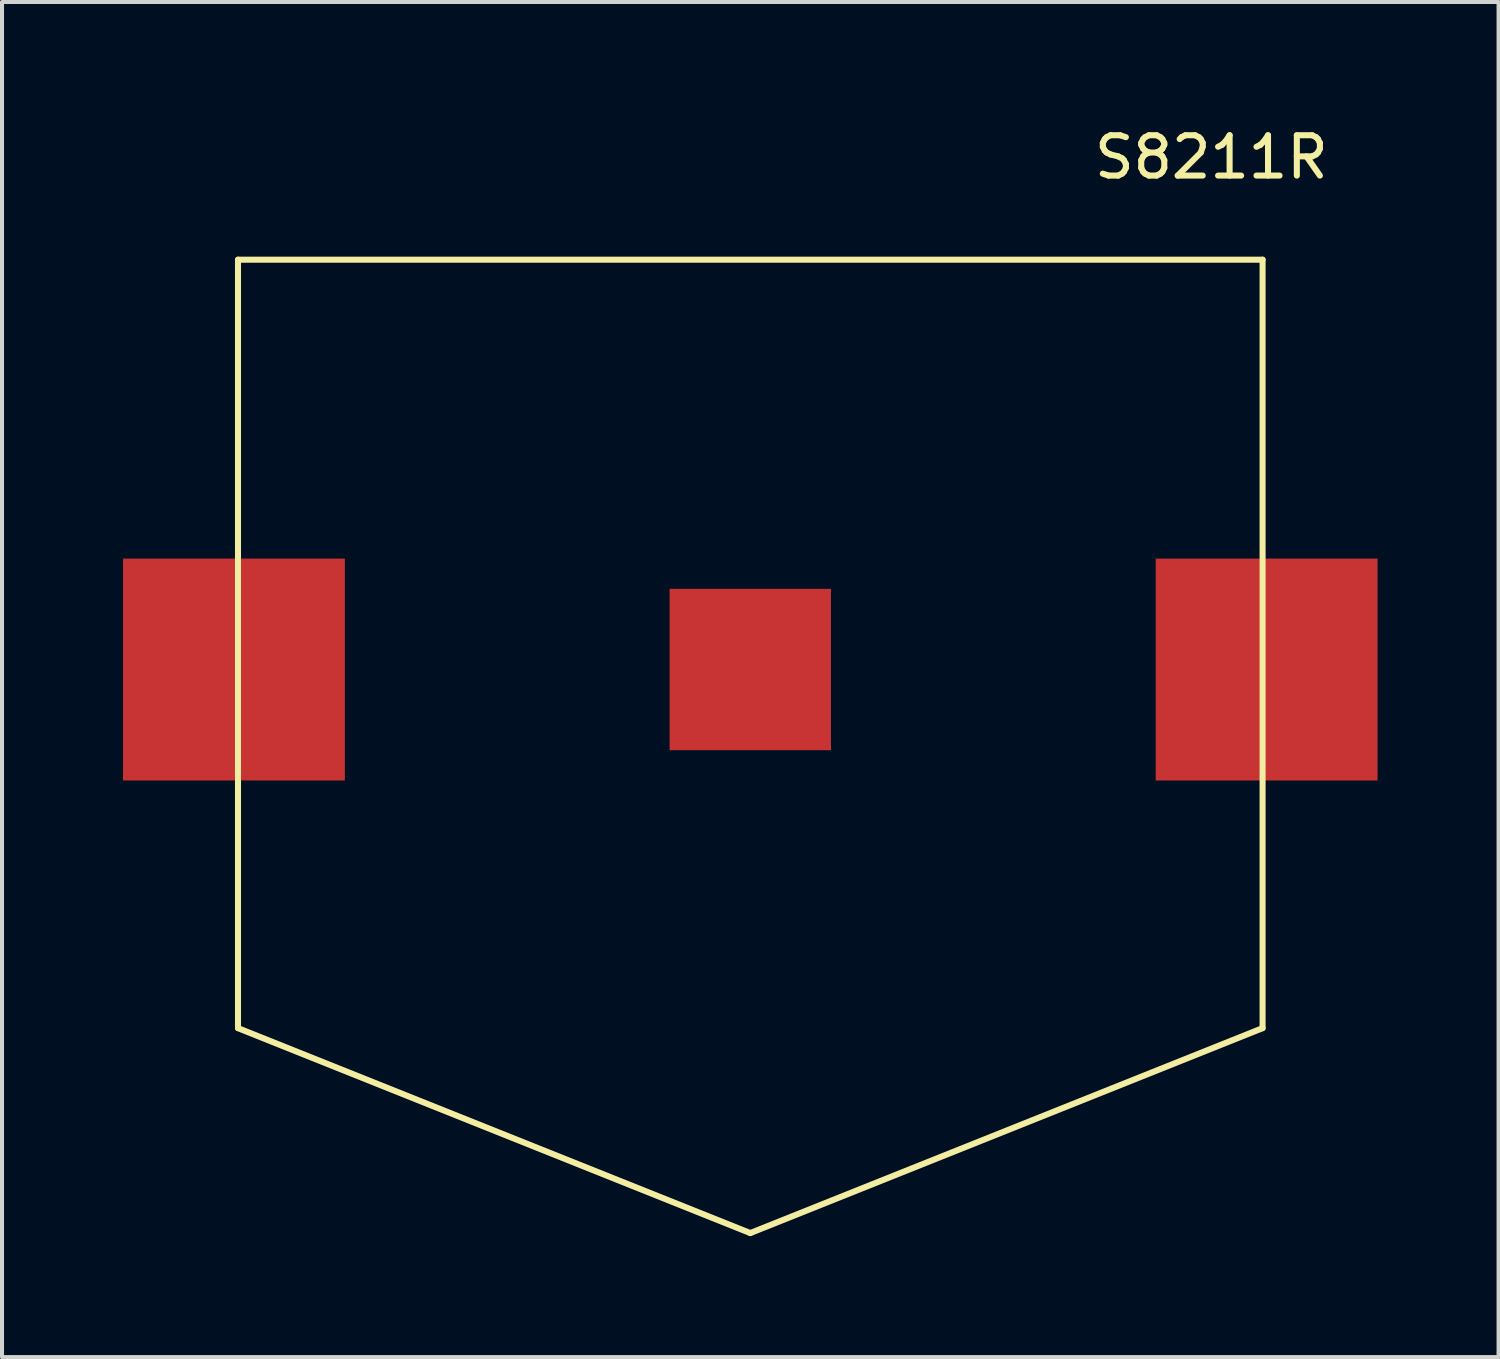
<source format=kicad_pcb>
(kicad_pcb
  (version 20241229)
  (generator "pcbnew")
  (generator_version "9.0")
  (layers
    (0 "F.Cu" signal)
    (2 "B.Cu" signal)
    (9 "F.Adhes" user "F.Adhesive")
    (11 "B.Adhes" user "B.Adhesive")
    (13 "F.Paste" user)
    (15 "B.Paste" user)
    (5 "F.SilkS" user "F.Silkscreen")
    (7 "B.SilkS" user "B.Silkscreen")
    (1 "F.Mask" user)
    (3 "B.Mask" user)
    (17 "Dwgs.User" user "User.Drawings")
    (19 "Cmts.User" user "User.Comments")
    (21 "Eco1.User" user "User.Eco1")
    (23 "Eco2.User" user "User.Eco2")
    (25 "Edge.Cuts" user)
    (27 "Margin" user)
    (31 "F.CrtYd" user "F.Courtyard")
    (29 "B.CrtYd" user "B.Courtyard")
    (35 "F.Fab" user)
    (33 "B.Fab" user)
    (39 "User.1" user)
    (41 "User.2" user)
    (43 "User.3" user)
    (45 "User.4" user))
  (footprint "S8211R"
    (layer "F.Cu")
    (at 15.55 13.548)
    (property "Reference" "S8211R" (at 11.43 -12.7 0) (layer "F.SilkS") (effects (font (size 1 1) (thickness 0.15))))
    (attr through_hole)
    (fp_line (start -12.7 -10.16) (end -12.7 8.89) (stroke (width 0.15) (type solid)) (layer "F.SilkS"))
    (fp_line (start -12.7 8.89) (end 0 13.97) (stroke (width 0.15) (type solid)) (layer "F.SilkS"))
    (fp_line (start 0 13.97) (end 12.7 8.89) (stroke (width 0.15) (type solid)) (layer "F.SilkS"))
    (fp_line (start 12.7 -10.16) (end -12.7 -10.16) (stroke (width 0.15) (type solid)) (layer "F.SilkS"))
    (fp_line (start 12.7 8.89) (end 12.7 -10.16) (stroke (width 0.15) (type solid)) (layer "F.SilkS"))
    (pad "1" smd rect (at -12.8 0) (size 5.5 5.5) (layers "F.Cu" "F.Mask" "F.Paste"))
    (pad "1" smd rect (at 12.8 0) (size 5.5 5.5) (layers "F.Cu" "F.Mask" "F.Paste"))
    (pad "2" smd rect (at 0 0) (size 4 4) (layers "F.Cu" "F.Mask" "F.Paste")))
  (gr_rect
    (start -3 -3)
    (end 34.1 30.593)
    (stroke (width 0.1) (type default))
    (fill no)
    (layer "Edge.Cuts")))
</source>
